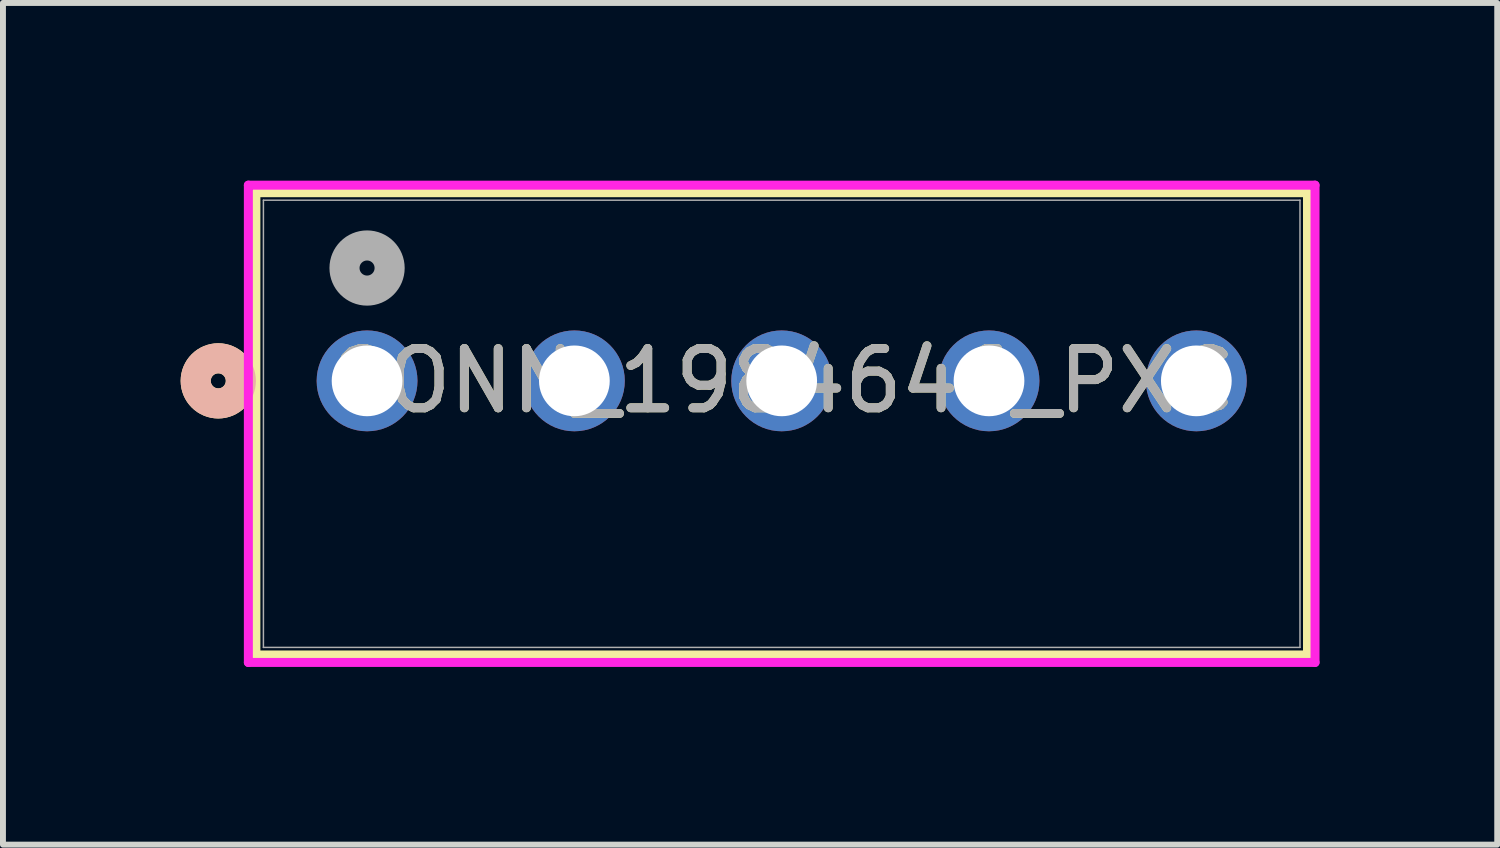
<source format=kicad_pcb>
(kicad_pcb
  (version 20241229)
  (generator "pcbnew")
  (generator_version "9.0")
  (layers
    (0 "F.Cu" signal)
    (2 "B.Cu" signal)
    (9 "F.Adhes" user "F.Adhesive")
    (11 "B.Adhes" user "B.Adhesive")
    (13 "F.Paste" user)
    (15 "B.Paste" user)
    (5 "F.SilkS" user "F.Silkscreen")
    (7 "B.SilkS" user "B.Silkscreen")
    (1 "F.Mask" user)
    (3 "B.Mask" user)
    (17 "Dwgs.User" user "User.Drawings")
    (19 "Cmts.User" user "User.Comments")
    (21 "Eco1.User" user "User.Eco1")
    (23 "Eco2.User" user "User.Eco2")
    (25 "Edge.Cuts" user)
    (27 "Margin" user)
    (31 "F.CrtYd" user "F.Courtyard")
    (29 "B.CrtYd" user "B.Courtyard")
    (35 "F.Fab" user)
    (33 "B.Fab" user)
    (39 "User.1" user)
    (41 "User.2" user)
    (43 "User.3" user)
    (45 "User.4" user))
  (footprint "CONN_1984646_PXC"
    (layer "F.Cu")
    (at 3.147 3.38)
    (property "Reference" "CONN_1984646_PXC" (at 7 0 0) (unlocked yes) (layer "F.SilkS") (effects (font (size 1 1) (thickness 0.15))))
    (attr through_hole)
    (fp_line (start -1.877 -3.177) (end -1.877 4.627) (stroke (width 0.152) (type solid)) (layer "F.SilkS"))
    (fp_line (start -1.877 4.627) (end 15.877 4.627) (stroke (width 0.152) (type solid)) (layer "F.SilkS"))
    (fp_line (start 15.877 -3.177) (end -1.877 -3.177) (stroke (width 0.152) (type solid)) (layer "F.SilkS"))
    (fp_line (start 15.877 4.627) (end 15.877 -3.177) (stroke (width 0.152) (type solid)) (layer "F.SilkS"))
    (fp_circle (center -2.512 0) (end -2.131 0) (stroke (width 0.508) (type solid)) (fill no) (layer "F.SilkS"))
    (fp_circle (center -2.512 0) (end -2.131 0) (stroke (width 0.508) (type solid)) (fill no) (layer "B.SilkS"))
    (fp_line (start -2.004 -3.304) (end -2.004 4.754) (stroke (width 0.152) (type solid)) (layer "F.CrtYd"))
    (fp_line (start -2.004 4.754) (end 16.004 4.754) (stroke (width 0.152) (type solid)) (layer "F.CrtYd"))
    (fp_line (start 16.004 -3.304) (end -2.004 -3.304) (stroke (width 0.152) (type solid)) (layer "F.CrtYd"))
    (fp_line (start 16.004 4.754) (end 16.004 -3.304) (stroke (width 0.152) (type solid)) (layer "F.CrtYd"))
    (fp_line (start -1.75 -3.05) (end -1.75 4.5) (stroke (width 0.025) (type solid)) (layer "F.Fab"))
    (fp_line (start -1.75 4.5) (end 15.75 4.5) (stroke (width 0.025) (type solid)) (layer "F.Fab"))
    (fp_line (start 15.75 -3.05) (end -1.75 -3.05) (stroke (width 0.025) (type solid)) (layer "F.Fab"))
    (fp_line (start 15.75 4.5) (end 15.75 -3.05) (stroke (width 0.025) (type solid)) (layer "F.Fab"))
    (fp_circle (center 0 -1.905) (end 0.381 -1.905) (stroke (width 0.508) (type solid)) (fill no) (layer "F.Fab"))
    (fp_text user "${REFERENCE}" (at 7 0 0) (unlocked yes) (layer "F.Fab") (effects (font (size 1 1) (thickness 0.15))))
    (pad "1" thru_hole circle (at 0 0) (size 1.702 1.702) (drill 1.194) (layers "*.Cu" "*.Mask"))
    (pad "2" thru_hole circle (at 3.5 0) (size 1.702 1.702) (drill 1.194) (layers "*.Cu" "*.Mask"))
    (pad "3" thru_hole circle (at 7 0) (size 1.702 1.702) (drill 1.194) (layers "*.Cu" "*.Mask"))
    (pad "4" thru_hole circle (at 10.5 0) (size 1.702 1.702) (drill 1.194) (layers "*.Cu" "*.Mask"))
    (pad "5" thru_hole circle (at 14 0) (size 1.702 1.702) (drill 1.194) (layers "*.Cu" "*.Mask")))
  (gr_rect
    (start -3 -3)
    (end 22.227 11.21)
    (stroke (width 0.1) (type default))
    (fill no)
    (layer "Edge.Cuts")))
</source>
